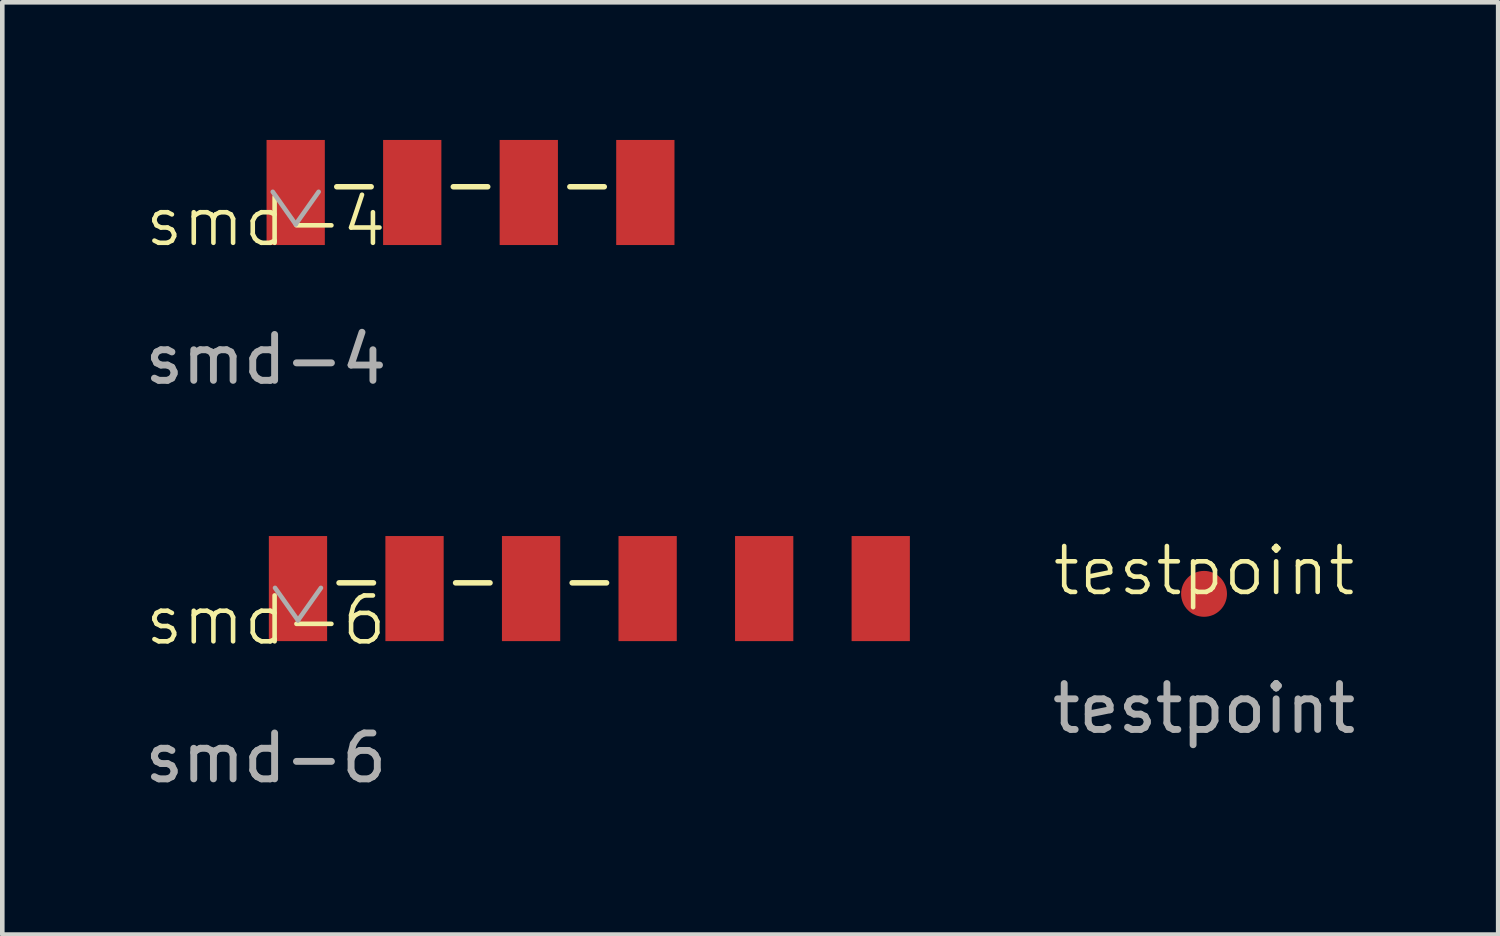
<source format=kicad_pcb>
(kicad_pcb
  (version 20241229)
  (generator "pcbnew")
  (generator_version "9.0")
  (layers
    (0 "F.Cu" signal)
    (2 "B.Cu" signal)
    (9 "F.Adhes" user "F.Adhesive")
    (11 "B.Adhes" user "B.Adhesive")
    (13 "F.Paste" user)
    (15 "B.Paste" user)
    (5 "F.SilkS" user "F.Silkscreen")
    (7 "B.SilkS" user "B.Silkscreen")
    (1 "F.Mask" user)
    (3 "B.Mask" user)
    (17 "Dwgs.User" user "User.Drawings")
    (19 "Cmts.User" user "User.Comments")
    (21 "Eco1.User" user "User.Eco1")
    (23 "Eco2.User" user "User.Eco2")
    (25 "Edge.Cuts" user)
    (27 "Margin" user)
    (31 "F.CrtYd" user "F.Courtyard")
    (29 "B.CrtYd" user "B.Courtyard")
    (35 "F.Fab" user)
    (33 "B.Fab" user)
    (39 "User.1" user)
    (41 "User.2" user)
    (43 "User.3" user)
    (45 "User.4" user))
  (footprint "smd-4"
    (layer "F.Cu")
    (at 2.744 2.284)
    (property "Reference" "smd-4" (at 0 -0.5 0) (unlocked yes) (layer "F.SilkS") (effects (font (size 1 1) (thickness 0.1))))
    (attr smd)
    (fp_line (start 1.545 -1.264) (end 2.295 -1.264) (stroke (width 0.12) (type solid)) (layer "F.SilkS"))
    (fp_line (start 4.085 -1.264) (end 4.835 -1.264) (stroke (width 0.12) (type solid)) (layer "F.SilkS"))
    (fp_line (start 6.625 -1.264) (end 7.375 -1.264) (stroke (width 0.12) (type solid)) (layer "F.SilkS"))
    (fp_line (start 0.15 -1.154) (end 0.65 -0.446) (stroke (width 0.1) (type solid)) (layer "F.Fab"))
    (fp_line (start 0.65 -0.446) (end 1.15 -1.154) (stroke (width 0.1) (type solid)) (layer "F.Fab"))
    (fp_text user "${REFERENCE}" (at 0 2.5 0) (unlocked yes) (layer "F.Fab") (effects (font (size 1 1) (thickness 0.15))))
    (pad "1" smd rect (at 0.65 -1.139) (size 1.27 2.29) (layers "F.Cu" "F.Mask" "F.Paste"))
    (pad "2" smd rect (at 3.19 -1.139) (size 1.27 2.29) (layers "F.Cu" "F.Mask" "F.Paste"))
    (pad "3" smd rect (at 5.73 -1.139) (size 1.27 2.29) (layers "F.Cu" "F.Mask" "F.Paste"))
    (pad "4" smd rect (at 8.27 -1.139) (size 1.27 2.29) (layers "F.Cu" "F.Mask" "F.Paste")))
  (footprint "testpoint"
    (layer "F.Cu")
    (at 23.19 9.892)
    (property "Reference" "testpoint" (at 0 -0.5 0) (unlocked yes) (layer "F.SilkS") (effects (font (size 1 1) (thickness 0.1))))
    (attr smd)
    (fp_text user "${REFERENCE}" (at 0 2.5 0) (unlocked yes) (layer "F.Fab") (effects (font (size 1 1) (thickness 0.15))))
    (pad "1" smd circle (at 0 0) (size 1 1) (layers "F.Cu" "F.Mask" "F.Paste")))
  (footprint "smd-6"
    (layer "F.Cu")
    (at 2.744 10.969)
    (property "Reference" "smd-6" (at 0 -0.5 0) (unlocked yes) (layer "F.SilkS") (effects (font (size 1 1) (thickness 0.1))))
    (attr smd)
    (fp_line (start 1.595 -1.317) (end 2.345 -1.317) (stroke (width 0.12) (type solid)) (layer "F.SilkS"))
    (fp_line (start 4.135 -1.317) (end 4.885 -1.317) (stroke (width 0.12) (type solid)) (layer "F.SilkS"))
    (fp_line (start 6.675 -1.317) (end 7.425 -1.317) (stroke (width 0.12) (type solid)) (layer "F.SilkS"))
    (fp_line (start 0.2 -1.207) (end 0.7 -0.5) (stroke (width 0.1) (type solid)) (layer "F.Fab"))
    (fp_line (start 0.7 -0.5) (end 1.2 -1.207) (stroke (width 0.1) (type solid)) (layer "F.Fab"))
    (fp_text user "${REFERENCE}" (at 0 2.5 0) (unlocked yes) (layer "F.Fab") (effects (font (size 1 1) (thickness 0.15))))
    (pad "1" smd rect (at 0.7 -1.192) (size 1.27 2.29) (layers "F.Cu" "F.Mask" "F.Paste"))
    (pad "2" smd rect (at 3.24 -1.192) (size 1.27 2.29) (layers "F.Cu" "F.Mask" "F.Paste"))
    (pad "3" smd rect (at 5.78 -1.192) (size 1.27 2.29) (layers "F.Cu" "F.Mask" "F.Paste"))
    (pad "4" smd rect (at 8.32 -1.192) (size 1.27 2.29) (layers "F.Cu" "F.Mask" "F.Paste"))
    (pad "5" smd rect (at 10.86 -1.192) (size 1.27 2.29) (layers "F.Cu" "F.Mask" "F.Paste"))
    (pad "6" smd rect (at 13.4 -1.192) (size 1.27 2.29) (layers "F.Cu" "F.Mask" "F.Paste")))
  (gr_rect
    (start -3 -3)
    (end 29.6 17.317)
    (stroke (width 0.1) (type default))
    (fill no)
    (layer "Edge.Cuts")))
</source>
